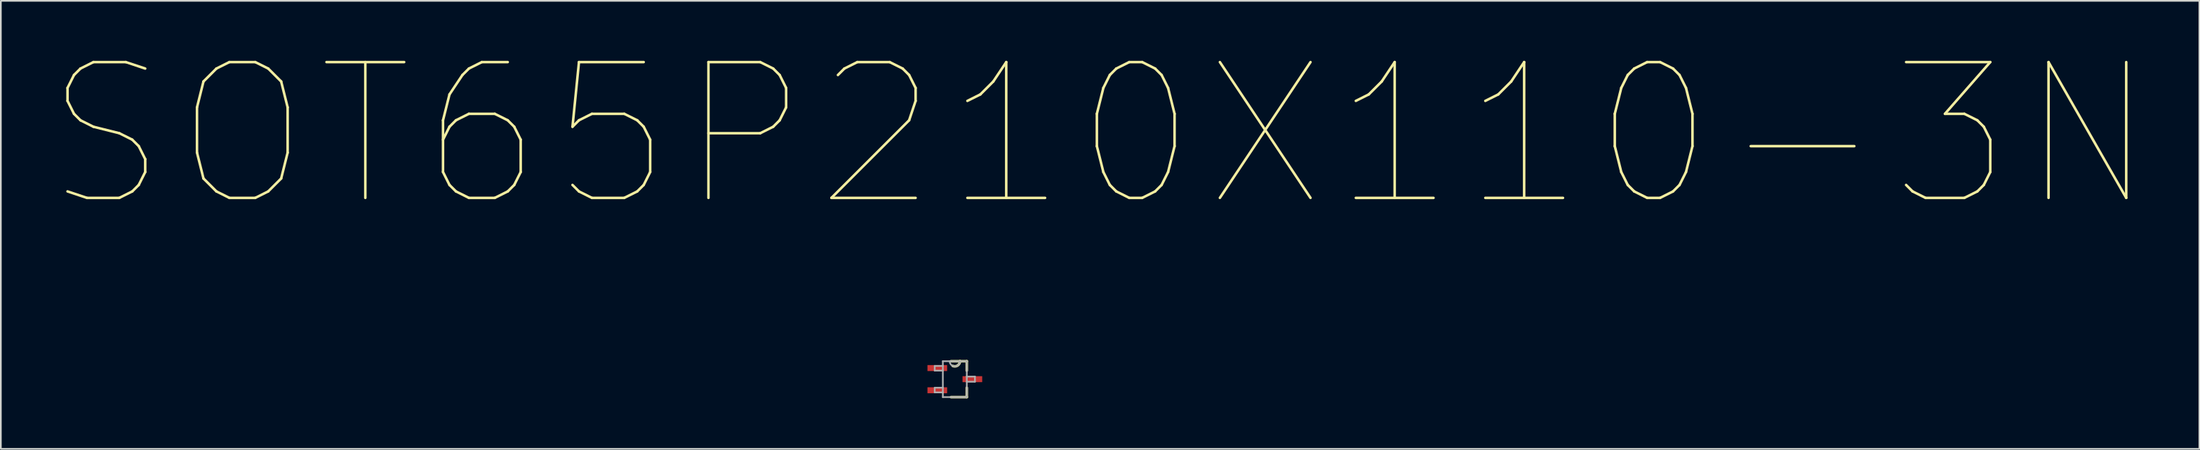
<source format=kicad_pcb>
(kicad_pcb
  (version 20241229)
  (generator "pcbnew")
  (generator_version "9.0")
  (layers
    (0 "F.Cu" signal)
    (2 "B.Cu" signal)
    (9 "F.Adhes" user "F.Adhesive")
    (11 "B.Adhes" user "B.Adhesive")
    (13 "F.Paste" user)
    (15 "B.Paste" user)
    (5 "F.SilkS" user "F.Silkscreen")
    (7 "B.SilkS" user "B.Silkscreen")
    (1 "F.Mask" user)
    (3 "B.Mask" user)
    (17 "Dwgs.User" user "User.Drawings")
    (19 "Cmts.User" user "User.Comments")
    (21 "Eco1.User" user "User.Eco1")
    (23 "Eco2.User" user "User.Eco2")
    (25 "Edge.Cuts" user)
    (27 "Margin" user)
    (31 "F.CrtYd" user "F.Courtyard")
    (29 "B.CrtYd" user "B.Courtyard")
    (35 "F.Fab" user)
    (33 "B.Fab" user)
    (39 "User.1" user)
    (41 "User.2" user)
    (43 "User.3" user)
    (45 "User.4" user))
  (footprint "SOT65P210X110-3N"
    (layer "F.Cu")
    (at 53.635 19.486)
    (property "Reference" "SOT65P210X110-3N" (at 8.625 -14.501 0) (layer "F.SilkS") (effects (font (size 8.071 8.071) (thickness 0.15))))
    (attr smd)
    (fp_line (start -0.229 1.067) (end 0.711 1.067) (stroke (width 0.152) (type solid)) (layer "F.SilkS"))
    (fp_line (start 0.305 -1.067) (end -0.229 -1.067) (stroke (width 0.152) (type solid)) (layer "F.SilkS"))
    (fp_line (start 0.711 -1.067) (end 0.305 -1.067) (stroke (width 0.152) (type solid)) (layer "F.SilkS"))
    (fp_line (start 0.711 -0.508) (end 0.711 -1.067) (stroke (width 0.152) (type solid)) (layer "F.SilkS"))
    (fp_line (start 0.711 1.067) (end 0.711 0.508) (stroke (width 0.152) (type solid)) (layer "F.SilkS"))
    (fp_arc (start 0.3048 -1.0668) (mid 0.164751 -0.809876) (end -0.127 -0.7874) (stroke (width 0.1524) (type solid)) (layer "F.SilkS"))
    (fp_line (start -1.194 -0.787) (end -1.194 -0.508) (stroke (width 0.1) (type solid)) (layer "F.Fab"))
    (fp_line (start -1.194 -0.508) (end -0.711 -0.508) (stroke (width 0.1) (type solid)) (layer "F.Fab"))
    (fp_line (start -1.194 0.508) (end -1.194 0.787) (stroke (width 0.1) (type solid)) (layer "F.Fab"))
    (fp_line (start -1.194 0.787) (end -0.711 0.787) (stroke (width 0.1) (type solid)) (layer "F.Fab"))
    (fp_line (start -0.711 -1.067) (end -0.711 -0.787) (stroke (width 0.1) (type solid)) (layer "F.Fab"))
    (fp_line (start -0.711 -0.787) (end -1.194 -0.787) (stroke (width 0.1) (type solid)) (layer "F.Fab"))
    (fp_line (start -0.711 -0.787) (end -0.711 -0.508) (stroke (width 0.1) (type solid)) (layer "F.Fab"))
    (fp_line (start -0.711 -0.508) (end -0.711 0.508) (stroke (width 0.1) (type solid)) (layer "F.Fab"))
    (fp_line (start -0.711 0.508) (end -1.194 0.508) (stroke (width 0.1) (type solid)) (layer "F.Fab"))
    (fp_line (start -0.711 0.787) (end -0.711 0.508) (stroke (width 0.1) (type solid)) (layer "F.Fab"))
    (fp_line (start -0.711 1.067) (end -0.711 0.787) (stroke (width 0.1) (type solid)) (layer "F.Fab"))
    (fp_line (start -0.711 1.067) (end 0.711 1.067) (stroke (width 0.1) (type solid)) (layer "F.Fab"))
    (fp_line (start -0.305 -1.067) (end -0.711 -1.067) (stroke (width 0.1) (type solid)) (layer "F.Fab"))
    (fp_line (start 0.305 -1.067) (end -0.305 -1.067) (stroke (width 0.1) (type solid)) (layer "F.Fab"))
    (fp_line (start 0.711 -1.067) (end 0.305 -1.067) (stroke (width 0.1) (type solid)) (layer "F.Fab"))
    (fp_line (start 0.711 -0.152) (end 0.711 -1.067) (stroke (width 0.1) (type solid)) (layer "F.Fab"))
    (fp_line (start 0.711 0.152) (end 0.711 -0.152) (stroke (width 0.1) (type solid)) (layer "F.Fab"))
    (fp_line (start 0.711 0.152) (end 1.194 0.152) (stroke (width 0.1) (type solid)) (layer "F.Fab"))
    (fp_line (start 0.711 1.067) (end 0.711 0.152) (stroke (width 0.1) (type solid)) (layer "F.Fab"))
    (fp_line (start 1.194 -0.152) (end 0.711 -0.152) (stroke (width 0.1) (type solid)) (layer "F.Fab"))
    (fp_line (start 1.194 0.152) (end 1.194 -0.152) (stroke (width 0.1) (type solid)) (layer "F.Fab"))
    (fp_arc (start 0.3048 -1.0668) (mid 0 -0.762) (end -0.3048 -1.0668) (stroke (width 0.1) (type solid)) (layer "F.Fab"))
    (pad "1" smd rect (at -1.041 -0.66) (size 1.168 0.356) (layers "F.Cu" "F.Mask" "F.Paste"))
    (pad "2" smd rect (at -1.041 0.66) (size 1.168 0.356) (layers "F.Cu" "F.Mask" "F.Paste"))
    (pad "3" smd rect (at 1.041 0) (size 1.168 0.356) (layers "F.Cu" "F.Mask" "F.Paste")))
  (gr_rect
    (start -3 -3)
    (end 127.52 23.629)
    (stroke (width 0.1) (type default))
    (fill no)
    (layer "Edge.Cuts")))
</source>
